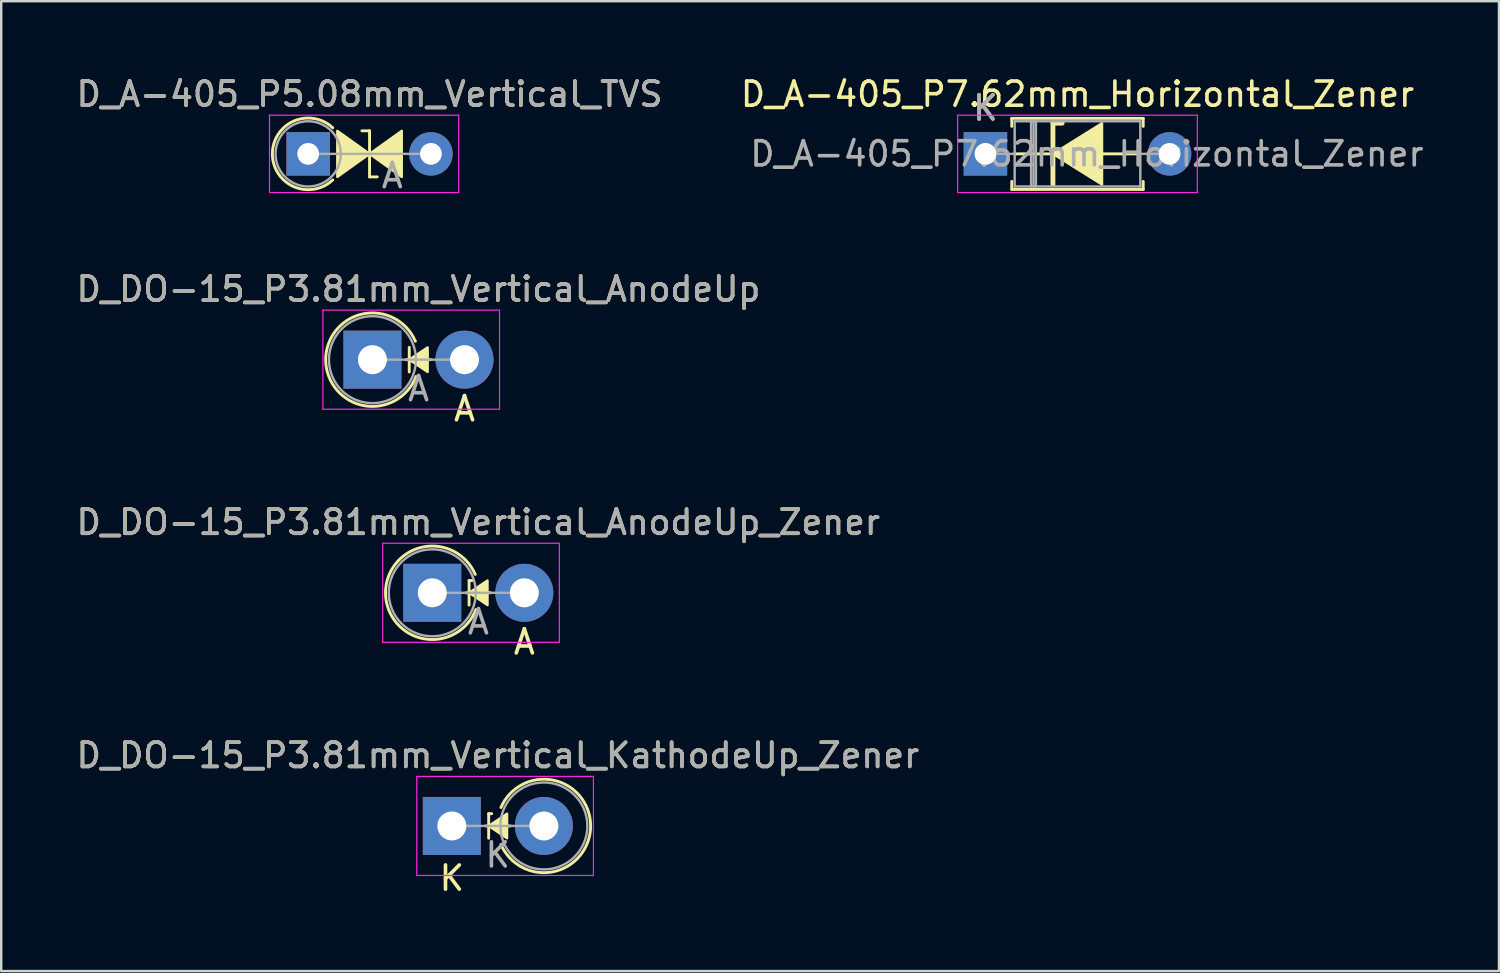
<source format=kicad_pcb>
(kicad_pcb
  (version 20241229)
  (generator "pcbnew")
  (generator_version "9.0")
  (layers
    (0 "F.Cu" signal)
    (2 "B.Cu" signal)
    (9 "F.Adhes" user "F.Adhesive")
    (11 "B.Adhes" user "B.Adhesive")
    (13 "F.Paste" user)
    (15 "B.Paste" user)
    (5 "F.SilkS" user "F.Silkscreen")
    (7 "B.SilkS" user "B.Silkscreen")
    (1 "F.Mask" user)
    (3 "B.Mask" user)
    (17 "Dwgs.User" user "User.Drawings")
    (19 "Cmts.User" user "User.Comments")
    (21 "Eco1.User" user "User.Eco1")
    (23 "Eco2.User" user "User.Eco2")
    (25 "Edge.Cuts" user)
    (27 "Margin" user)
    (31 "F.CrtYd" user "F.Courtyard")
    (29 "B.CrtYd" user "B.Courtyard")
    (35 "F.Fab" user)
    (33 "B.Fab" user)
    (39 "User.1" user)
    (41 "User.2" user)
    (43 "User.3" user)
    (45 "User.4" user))
  (footprint "D_DO-15_P3.81mm_Vertical_KathodeUp_Zener"
    (layer "F.Cu")
    (at 15.649 31.132)
    (property "Reference" "D_DO-15_P3.81mm_Vertical_KathodeUp_Zener" (at 1.905 -2.92 0) (layer "F.SilkS") (effects (font (size 1 1) (thickness 0.15))))
    (attr through_hole)
    (fp_line (start 1.397 0) (end 2.413 0) (stroke (width 0.12) (type solid)) (layer "F.SilkS"))
    (fp_line (start 1.524 -0.508) (end 1.651 -0.508) (stroke (width 0.12) (type solid)) (layer "F.SilkS"))
    (fp_line (start 1.524 0.508) (end 1.524 -0.508) (stroke (width 0.12) (type solid)) (layer "F.SilkS"))
    (fp_arc (start 2.032001 -0.762) (mid 5.744404 0.000002) (end 2.032 0.762) (stroke (width 0.12) (type solid)) (layer "F.SilkS"))
    (fp_poly (pts (xy 2.286 0.508) (xy 1.524 0) (xy 2.286 -0.508)) (stroke (width 0.1) (type solid)) (fill yes) (layer "F.SilkS"))
    (fp_line (start -1.45 -2.05) (end -1.45 2.05) (stroke (width 0.05) (type solid)) (layer "F.CrtYd"))
    (fp_line (start -1.45 2.05) (end 5.86 2.05) (stroke (width 0.05) (type solid)) (layer "F.CrtYd"))
    (fp_line (start 5.86 -2.05) (end -1.45 -2.05) (stroke (width 0.05) (type solid)) (layer "F.CrtYd"))
    (fp_line (start 5.86 2.05) (end 5.86 -2.05) (stroke (width 0.05) (type solid)) (layer "F.CrtYd"))
    (fp_line (start 0 0) (end 3.81 0) (stroke (width 0.1) (type solid)) (layer "F.Fab"))
    (fp_circle (center 3.81 0) (end 5.61 0) (stroke (width 0.1) (type solid)) (fill no) (layer "F.Fab"))
    (fp_text user "K" (at 0 2.159 0) (layer "F.SilkS") (effects (font (size 1 1) (thickness 0.15))))
    (fp_text user "K" (at 1.9 1.2 0) (layer "F.Fab") (effects (font (size 1 1) (thickness 0.15))))
    (fp_text user "${REFERENCE}" (at 1.905 -2.92 0) (layer "F.Fab") (effects (font (size 1 1) (thickness 0.15))))
    (pad "1" thru_hole rect (at 0 0) (size 2.4 2.4) (drill 1.2) (layers "*.Cu" "*.Mask"))
    (pad "2" thru_hole oval (at 3.81 0) (size 2.4 2.4) (drill 1.2) (layers "*.Cu" "*.Mask")))
  (footprint "D_A-405_P7.62mm_Horizontal_Zener"
    (layer "F.Cu")
    (at 37.732 3.318)
    (property "Reference" "D_A-405_P7.62mm_Horizontal_Zener" (at 3.81 -2.47 0) (layer "F.SilkS") (effects (font (size 1 1) (thickness 0.15))))
    (attr through_hole)
    (fp_line (start 1.09 -1.47) (end 6.53 -1.47) (stroke (width 0.12) (type solid)) (layer "F.SilkS"))
    (fp_line (start 1.09 -1.14) (end 1.09 -1.47) (stroke (width 0.12) (type solid)) (layer "F.SilkS"))
    (fp_line (start 1.09 1.14) (end 1.09 1.47) (stroke (width 0.12) (type solid)) (layer "F.SilkS"))
    (fp_line (start 1.09 1.47) (end 6.53 1.47) (stroke (width 0.12) (type solid)) (layer "F.SilkS"))
    (fp_line (start 1.2 0) (end 2.794 0) (stroke (width 0.12) (type solid)) (layer "F.SilkS"))
    (fp_line (start 2.794 -1.27) (end 2.794 1.27) (stroke (width 0.2) (type solid)) (layer "F.SilkS"))
    (fp_line (start 2.794 -1.27) (end 3.175 -1.27) (stroke (width 0.2) (type solid)) (layer "F.SilkS"))
    (fp_line (start 6.4 0) (end 4.826 0) (stroke (width 0.12) (type solid)) (layer "F.SilkS"))
    (fp_line (start 6.53 -1.47) (end 6.53 -1.14) (stroke (width 0.12) (type solid)) (layer "F.SilkS"))
    (fp_line (start 6.53 1.47) (end 6.53 1.14) (stroke (width 0.12) (type solid)) (layer "F.SilkS"))
    (fp_poly (pts (xy 4.826 1.27) (xy 2.794 0) (xy 4.826 -1.27)) (stroke (width 0.1) (type solid)) (fill yes) (layer "F.SilkS"))
    (fp_line (start -1.15 -1.6) (end -1.15 1.6) (stroke (width 0.05) (type solid)) (layer "F.CrtYd"))
    (fp_line (start -1.15 1.6) (end 8.77 1.6) (stroke (width 0.05) (type solid)) (layer "F.CrtYd"))
    (fp_line (start 8.77 -1.6) (end -1.15 -1.6) (stroke (width 0.05) (type solid)) (layer "F.CrtYd"))
    (fp_line (start 8.77 1.6) (end 8.77 -1.6) (stroke (width 0.05) (type solid)) (layer "F.CrtYd"))
    (fp_line (start 0 0) (end 1.21 0) (stroke (width 0.1) (type solid)) (layer "F.Fab"))
    (fp_line (start 1.21 -1.35) (end 1.21 1.35) (stroke (width 0.1) (type solid)) (layer "F.Fab"))
    (fp_line (start 1.21 1.35) (end 6.41 1.35) (stroke (width 0.1) (type solid)) (layer "F.Fab"))
    (fp_line (start 1.89 -1.35) (end 1.89 1.35) (stroke (width 0.1) (type solid)) (layer "F.Fab"))
    (fp_line (start 1.99 -1.35) (end 1.99 1.35) (stroke (width 0.1) (type solid)) (layer "F.Fab"))
    (fp_line (start 2.09 -1.35) (end 2.09 1.35) (stroke (width 0.1) (type solid)) (layer "F.Fab"))
    (fp_line (start 6.41 -1.35) (end 1.21 -1.35) (stroke (width 0.1) (type solid)) (layer "F.Fab"))
    (fp_line (start 6.41 1.35) (end 6.41 -1.35) (stroke (width 0.1) (type solid)) (layer "F.Fab"))
    (fp_line (start 7.62 0) (end 6.41 0) (stroke (width 0.1) (type solid)) (layer "F.Fab"))
    (fp_text user "K" (at 0 -1.9 0) (layer "F.SilkS") (effects (font (size 1 1) (thickness 0.15))))
    (fp_text user "K" (at 0 -1.9 0) (layer "F.Fab") (effects (font (size 1 1) (thickness 0.15))))
    (fp_text user "${REFERENCE}" (at 4.2 0 0) (layer "F.Fab") (effects (font (size 1 1) (thickness 0.15))))
    (pad "1" thru_hole rect (at 0 0) (size 1.8 1.8) (drill 0.9) (layers "*.Cu" "*.Mask"))
    (pad "2" thru_hole oval (at 7.62 0) (size 1.8 1.8) (drill 0.9) (layers "*.Cu" "*.Mask")))
  (footprint "D_DO-15_P3.81mm_Vertical_AnodeUp_Zener"
    (layer "F.Cu")
    (at 14.839 21.483)
    (property "Reference" "D_DO-15_P3.81mm_Vertical_AnodeUp_Zener" (at 1.905 -2.92 0) (layer "F.SilkS") (effects (font (size 1 1) (thickness 0.15))))
    (attr through_hole)
    (fp_line (start 1.397 0) (end 2.413 0) (stroke (width 0.12) (type solid)) (layer "F.SilkS"))
    (fp_line (start 1.524 -0.508) (end 1.651 -0.508) (stroke (width 0.12) (type solid)) (layer "F.SilkS"))
    (fp_line (start 1.524 0.508) (end 1.524 -0.508) (stroke (width 0.12) (type solid)) (layer "F.SilkS"))
    (fp_arc (start 1.806184 0.692547) (mid -1.934042 0.037477) (end 1.777999 -0.761999) (stroke (width 0.12) (type solid)) (layer "F.SilkS"))
    (fp_poly (pts (xy 2.286 0.508) (xy 1.524 0) (xy 2.286 -0.508)) (stroke (width 0.1) (type solid)) (fill yes) (layer "F.SilkS"))
    (fp_line (start -2.05 -2.05) (end -2.05 2.05) (stroke (width 0.05) (type solid)) (layer "F.CrtYd"))
    (fp_line (start -2.05 2.05) (end 5.26 2.05) (stroke (width 0.05) (type solid)) (layer "F.CrtYd"))
    (fp_line (start 5.26 -2.05) (end -2.05 -2.05) (stroke (width 0.05) (type solid)) (layer "F.CrtYd"))
    (fp_line (start 5.26 2.05) (end 5.26 -2.05) (stroke (width 0.05) (type solid)) (layer "F.CrtYd"))
    (fp_line (start 0 0) (end 3.81 0) (stroke (width 0.1) (type solid)) (layer "F.Fab"))
    (fp_circle (center 0 0) (end 1.8 0) (stroke (width 0.1) (type solid)) (fill no) (layer "F.Fab"))
    (fp_text user "A" (at 3.81 2.032 0) (layer "F.SilkS") (effects (font (size 1 1) (thickness 0.15))))
    (fp_text user "${REFERENCE}" (at 1.905 -2.92 0) (layer "F.Fab") (effects (font (size 1 1) (thickness 0.15))))
    (fp_text user "A" (at 1.91 1.2 0) (layer "F.Fab") (effects (font (size 1 1) (thickness 0.15))))
    (pad "1" thru_hole rect (at 0 0) (size 2.4 2.4) (drill 1.2) (layers "*.Cu" "*.Mask"))
    (pad "2" thru_hole oval (at 3.81 0) (size 2.4 2.4) (drill 1.2) (layers "*.Cu" "*.Mask")))
  (footprint "D_A-405_P5.08mm_Vertical_TVS"
    (layer "F.Cu")
    (at 9.704 3.318)
    (property "Reference" "D_A-405_P5.08mm_Vertical_TVS" (at 2.54 -2.47 0) (layer "F.SilkS") (effects (font (size 1 1) (thickness 0.15))))
    (attr through_hole)
    (fp_line (start 2.223 -0.953) (end 2.54 -0.953) (stroke (width 0.12) (type solid)) (layer "F.SilkS"))
    (fp_line (start 2.54 -0.953) (end 2.54 0.953) (stroke (width 0.12) (type solid)) (layer "F.SilkS"))
    (fp_line (start 2.54 0.953) (end 2.857 0.953) (stroke (width 0.12) (type solid)) (layer "F.SilkS"))
    (fp_arc (start 1.016 1.0795) (mid -1.482422 0) (end 1.016 -1.0795) (stroke (width 0.12) (type solid)) (layer "F.SilkS"))
    (fp_poly (pts (xy 1.206 -0.953) (xy 2.54 0) (xy 1.206 0.953)) (stroke (width 0.1) (type solid)) (fill yes) (layer "F.SilkS"))
    (fp_poly (pts (xy 3.873 0.953) (xy 2.54 0) (xy 3.873 -0.953)) (stroke (width 0.1) (type solid)) (fill yes) (layer "F.SilkS"))
    (fp_line (start -1.6 -1.6) (end -1.6 1.6) (stroke (width 0.05) (type solid)) (layer "F.CrtYd"))
    (fp_line (start -1.6 1.6) (end 6.23 1.6) (stroke (width 0.05) (type solid)) (layer "F.CrtYd"))
    (fp_line (start 6.23 -1.6) (end -1.6 -1.6) (stroke (width 0.05) (type solid)) (layer "F.CrtYd"))
    (fp_line (start 6.23 1.6) (end 6.23 -1.6) (stroke (width 0.05) (type solid)) (layer "F.CrtYd"))
    (fp_line (start 0 0) (end 5.08 0) (stroke (width 0.1) (type solid)) (layer "F.Fab"))
    (fp_circle (center 0 0) (end 1.35 0) (stroke (width 0.1) (type solid)) (fill no) (layer "F.Fab"))
    (fp_text user "A" (at 3.48 0.9 0) (layer "F.Fab") (effects (font (size 1 1) (thickness 0.15))))
    (fp_text user "${REFERENCE}" (at 2.54 -2.47 0) (layer "F.Fab") (effects (font (size 1 1) (thickness 0.15))))
    (pad "1" thru_hole rect (at 0 0) (size 1.8 1.8) (drill 0.9) (layers "*.Cu" "*.Mask"))
    (pad "2" thru_hole oval (at 5.08 0) (size 1.8 1.8) (drill 0.9) (layers "*.Cu" "*.Mask")))
  (footprint "D_DO-15_P3.81mm_Vertical_AnodeUp"
    (layer "F.Cu")
    (at 12.363 11.835)
    (property "Reference" "D_DO-15_P3.81mm_Vertical_AnodeUp" (at 1.905 -2.92 0) (layer "F.SilkS") (effects (font (size 1 1) (thickness 0.15))))
    (attr through_hole)
    (fp_line (start 1.397 0) (end 2.413 0) (stroke (width 0.12) (type solid)) (layer "F.SilkS"))
    (fp_line (start 1.524 0.508) (end 1.524 -0.508) (stroke (width 0.12) (type solid)) (layer "F.SilkS"))
    (fp_arc (start 1.806184 0.692547) (mid -1.934042 0.037477) (end 1.777999 -0.761999) (stroke (width 0.12) (type solid)) (layer "F.SilkS"))
    (fp_poly (pts (xy 2.286 0.508) (xy 1.524 0) (xy 2.286 -0.508)) (stroke (width 0.1) (type solid)) (fill yes) (layer "F.SilkS"))
    (fp_line (start -2.05 -2.05) (end -2.05 2.05) (stroke (width 0.05) (type solid)) (layer "F.CrtYd"))
    (fp_line (start -2.05 2.05) (end 5.26 2.05) (stroke (width 0.05) (type solid)) (layer "F.CrtYd"))
    (fp_line (start 5.26 -2.05) (end -2.05 -2.05) (stroke (width 0.05) (type solid)) (layer "F.CrtYd"))
    (fp_line (start 5.26 2.05) (end 5.26 -2.05) (stroke (width 0.05) (type solid)) (layer "F.CrtYd"))
    (fp_line (start 0 0) (end 3.81 0) (stroke (width 0.1) (type solid)) (layer "F.Fab"))
    (fp_circle (center 0 0) (end 1.8 0) (stroke (width 0.1) (type solid)) (fill no) (layer "F.Fab"))
    (fp_text user "A" (at 3.81 2.032 0) (layer "F.SilkS") (effects (font (size 1 1) (thickness 0.15))))
    (fp_text user "${REFERENCE}" (at 1.905 -2.92 0) (layer "F.Fab") (effects (font (size 1 1) (thickness 0.15))))
    (fp_text user "A" (at 1.91 1.2 0) (layer "F.Fab") (effects (font (size 1 1) (thickness 0.15))))
    (pad "1" thru_hole rect (at 0 0) (size 2.4 2.4) (drill 1.2) (layers "*.Cu" "*.Mask"))
    (pad "2" thru_hole oval (at 3.81 0) (size 2.4 2.4) (drill 1.2) (layers "*.Cu" "*.Mask")))
  (gr_rect
    (start -3 -3)
    (end 58.985 37.139)
    (stroke (width 0.1) (type default))
    (fill no)
    (layer "Edge.Cuts")))
</source>
